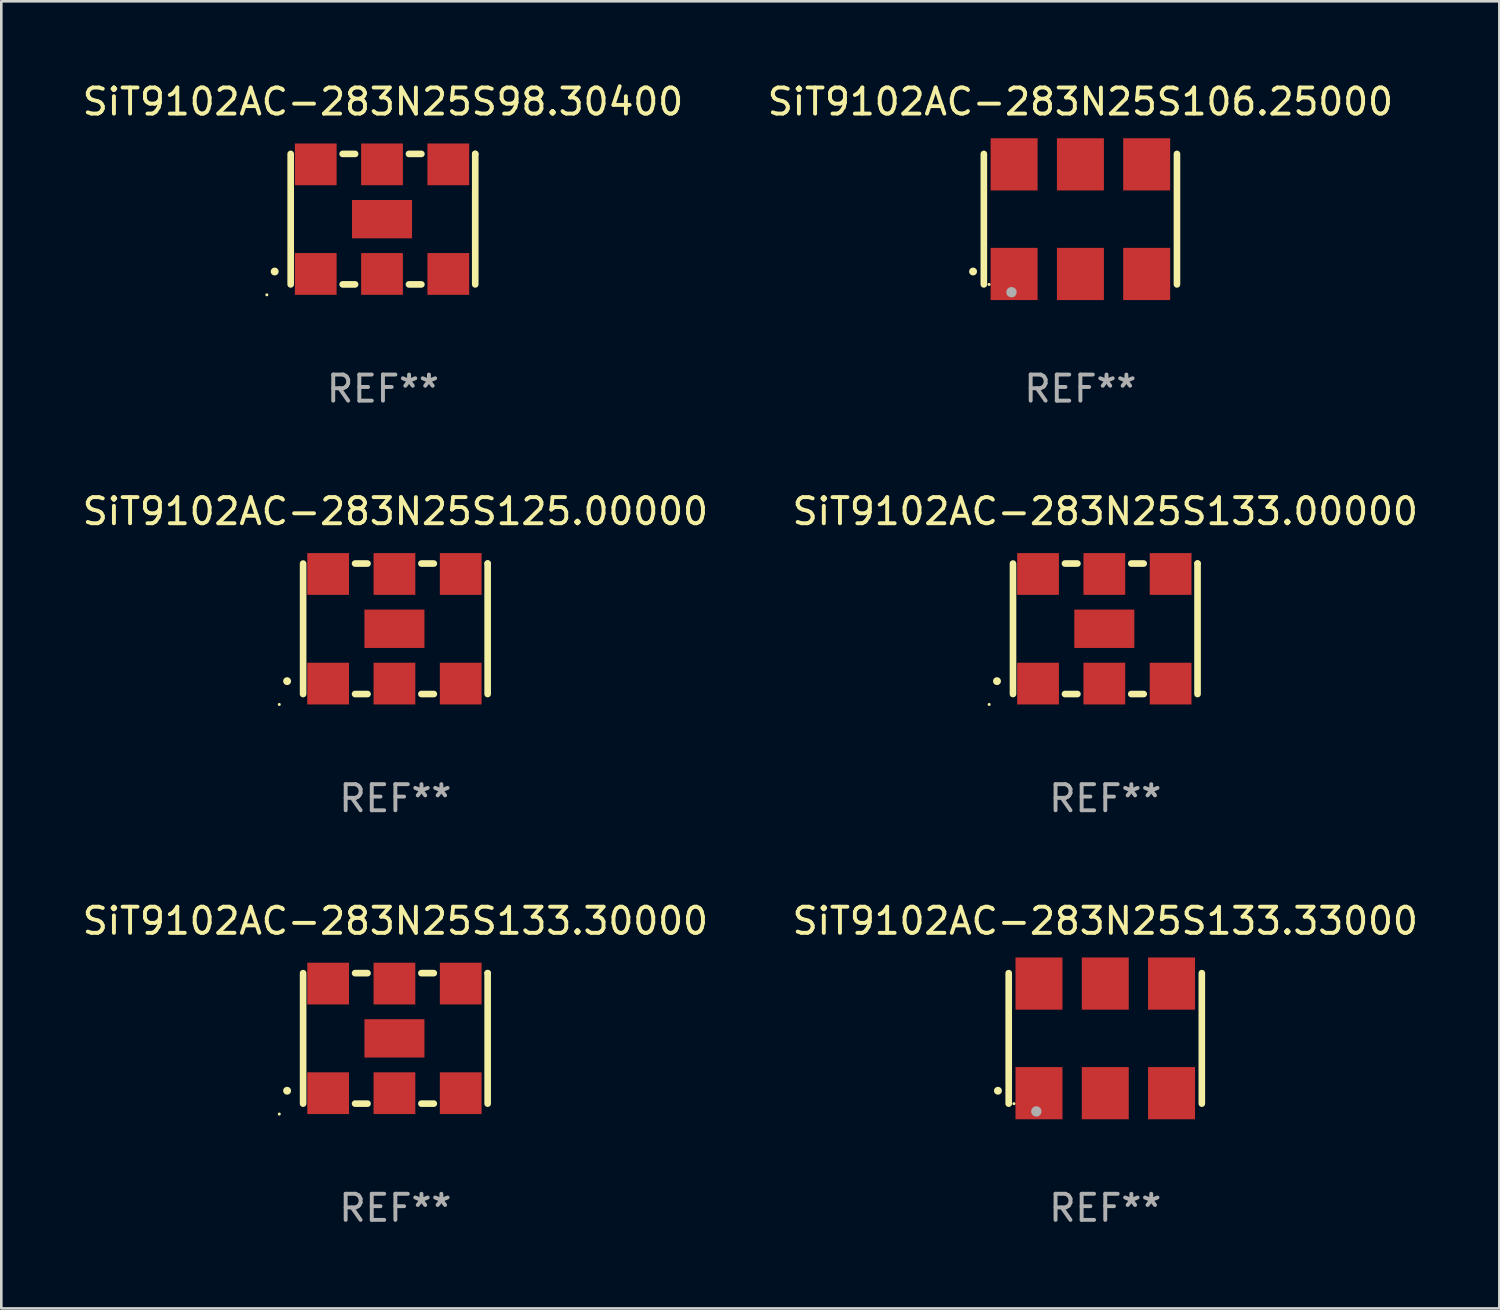
<source format=kicad_pcb>
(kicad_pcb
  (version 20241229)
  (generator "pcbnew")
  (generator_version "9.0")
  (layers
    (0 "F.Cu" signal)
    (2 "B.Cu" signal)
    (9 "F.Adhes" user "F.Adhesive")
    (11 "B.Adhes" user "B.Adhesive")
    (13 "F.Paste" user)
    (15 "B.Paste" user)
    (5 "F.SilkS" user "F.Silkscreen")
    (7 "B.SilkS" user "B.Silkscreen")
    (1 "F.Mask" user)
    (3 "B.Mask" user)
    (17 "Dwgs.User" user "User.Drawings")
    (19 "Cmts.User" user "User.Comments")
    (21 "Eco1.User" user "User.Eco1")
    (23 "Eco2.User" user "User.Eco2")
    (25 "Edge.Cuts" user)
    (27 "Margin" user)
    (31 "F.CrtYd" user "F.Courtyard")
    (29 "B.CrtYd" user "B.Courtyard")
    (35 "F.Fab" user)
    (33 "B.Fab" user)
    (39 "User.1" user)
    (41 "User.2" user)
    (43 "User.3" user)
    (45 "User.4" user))
  (footprint "SiT9102AC-283N25S125.00000"
    (layer "F.Cu")
    (at 12.101 21.045)
    (property "Reference" "SiT9102AC-283N25S125.00000" (at 0 -4.5 0) (layer "F.SilkS") (effects (font (size 1 1) (thickness 0.15))))
    (attr through_hole)
    (fp_line (start -3.536 -2.5) (end -3.536 2.5) (stroke (width 0.254) (type solid)) (layer "F.SilkS"))
    (fp_line (start -1.544 2.5) (end -1.067 2.5) (stroke (width 0.254) (type solid)) (layer "F.SilkS"))
    (fp_line (start -1.067 -2.5) (end -1.544 -2.5) (stroke (width 0.254) (type solid)) (layer "F.SilkS"))
    (fp_line (start 0.996 2.5) (end 1.473 2.5) (stroke (width 0.254) (type solid)) (layer "F.SilkS"))
    (fp_line (start 1.473 -2.5) (end 0.996 -2.5) (stroke (width 0.254) (type solid)) (layer "F.SilkS"))
    (fp_line (start 3.536 -2.5) (end 3.536 -2.5) (stroke (width 0.254) (type solid)) (layer "F.SilkS"))
    (fp_line (start 3.536 2.5) (end 3.536 -2.5) (stroke (width 0.254) (type solid)) (layer "F.SilkS"))
    (fp_arc (start -4.150432 2.006604) (mid -4.149162 2.006599) (end -4.147892 2.006604) (stroke (width 0.3) (type solid)) (layer "F.SilkS"))
    (fp_circle (center -4.449 2.9) (end -4.419 2.9) (stroke (width 0.06) (type solid)) (fill no) (layer "F.SilkS"))
    (fp_text user "REF**" (at 0 6.5 0) (layer "F.Fab") (effects (font (size 1 1) (thickness 0.15))))
    (pad "1" smd rect (at -2.576 2.1) (size 1.6 1.6) (layers "F.Cu" "F.Mask" "F.Paste"))
    (pad "2" smd rect (at -0.036 2.1) (size 1.6 1.6) (layers "F.Cu" "F.Mask" "F.Paste"))
    (pad "3" smd rect (at 2.504 2.1) (size 1.6 1.6) (layers "F.Cu" "F.Mask" "F.Paste"))
    (pad "4" smd rect (at 2.504 -2.1) (size 1.6 1.6) (layers "F.Cu" "F.Mask" "F.Paste"))
    (pad "5" smd rect (at -0.036 -2.1) (size 1.6 1.6) (layers "F.Cu" "F.Mask" "F.Paste"))
    (pad "6" smd rect (at -2.576 -2.1) (size 1.6 1.6) (layers "F.Cu" "F.Mask" "F.Paste"))
    (pad "7" smd rect (at -0.036 0) (size 2.3 1.47) (layers "F.Cu" "F.Mask" "F.Paste")))
  (footprint "SiT9102AC-283N25S133.33000"
    (layer "F.Cu")
    (at 39.304 36.741)
    (property "Reference" "SiT9102AC-283N25S133.33000" (at 0 -4.5 0) (layer "F.SilkS") (effects (font (size 1 1) (thickness 0.15))))
    (attr through_hole)
    (fp_line (start -3.7 -2.5) (end -3.7 2.5) (stroke (width 0.254) (type solid)) (layer "F.SilkS"))
    (fp_line (start 3.7 -2.5) (end 3.7 2.5) (stroke (width 0.254) (type solid)) (layer "F.SilkS"))
    (fp_arc (start -4.114415 2.006604) (mid -4.113145 2.006599) (end -4.111875 2.006604) (stroke (width 0.3) (type solid)) (layer "F.SilkS"))
    (fp_circle (center -3.5 2.501) (end -3.47 2.501) (stroke (width 0.06) (type solid)) (fill no) (layer "F.SilkS"))
    (fp_circle (center -2.641 2.799) (end -2.541 2.799) (stroke (width 0.2) (type solid)) (fill no) (layer "F.Fab"))
    (fp_text user "REF**" (at 0 6.5 0) (layer "F.Fab") (effects (font (size 1 1) (thickness 0.15))))
    (pad "1" smd rect (at -2.54 2.1) (size 1.8 2) (layers "F.Cu" "F.Mask" "F.Paste"))
    (pad "2" smd rect (at 0.000394 2.1) (size 1.8 2) (layers "F.Cu" "F.Mask" "F.Paste"))
    (pad "3" smd rect (at 2.54 2.1) (size 1.8 2) (layers "F.Cu" "F.Mask" "F.Paste"))
    (pad "4" smd rect (at 2.54 -2.1) (size 1.8 2) (layers "F.Cu" "F.Mask" "F.Paste"))
    (pad "5" smd rect (at 0.000394 -2.1) (size 1.8 2) (layers "F.Cu" "F.Mask" "F.Paste"))
    (pad "6" smd rect (at -2.54 -2.1) (size 1.8 2) (layers "F.Cu" "F.Mask" "F.Paste")))
  (footprint "SiT9102AC-283N25S98.30400"
    (layer "F.Cu")
    (at 11.625 5.348)
    (property "Reference" "SiT9102AC-283N25S98.30400" (at 0 -4.5 0) (layer "F.SilkS") (effects (font (size 1 1) (thickness 0.15))))
    (attr through_hole)
    (fp_line (start -3.536 -2.5) (end -3.536 2.5) (stroke (width 0.254) (type solid)) (layer "F.SilkS"))
    (fp_line (start -1.544 2.5) (end -1.067 2.5) (stroke (width 0.254) (type solid)) (layer "F.SilkS"))
    (fp_line (start -1.067 -2.5) (end -1.544 -2.5) (stroke (width 0.254) (type solid)) (layer "F.SilkS"))
    (fp_line (start 0.996 2.5) (end 1.473 2.5) (stroke (width 0.254) (type solid)) (layer "F.SilkS"))
    (fp_line (start 1.473 -2.5) (end 0.996 -2.5) (stroke (width 0.254) (type solid)) (layer "F.SilkS"))
    (fp_line (start 3.536 -2.5) (end 3.536 -2.5) (stroke (width 0.254) (type solid)) (layer "F.SilkS"))
    (fp_line (start 3.536 2.5) (end 3.536 -2.5) (stroke (width 0.254) (type solid)) (layer "F.SilkS"))
    (fp_arc (start -4.150432 2.006604) (mid -4.149162 2.006599) (end -4.147892 2.006604) (stroke (width 0.3) (type solid)) (layer "F.SilkS"))
    (fp_circle (center -4.449 2.9) (end -4.419 2.9) (stroke (width 0.06) (type solid)) (fill no) (layer "F.SilkS"))
    (fp_text user "REF**" (at 0 6.5 0) (layer "F.Fab") (effects (font (size 1 1) (thickness 0.15))))
    (pad "1" smd rect (at -2.576 2.1) (size 1.6 1.6) (layers "F.Cu" "F.Mask" "F.Paste"))
    (pad "2" smd rect (at -0.036 2.1) (size 1.6 1.6) (layers "F.Cu" "F.Mask" "F.Paste"))
    (pad "3" smd rect (at 2.504 2.1) (size 1.6 1.6) (layers "F.Cu" "F.Mask" "F.Paste"))
    (pad "4" smd rect (at 2.504 -2.1) (size 1.6 1.6) (layers "F.Cu" "F.Mask" "F.Paste"))
    (pad "5" smd rect (at -0.036 -2.1) (size 1.6 1.6) (layers "F.Cu" "F.Mask" "F.Paste"))
    (pad "6" smd rect (at -2.576 -2.1) (size 1.6 1.6) (layers "F.Cu" "F.Mask" "F.Paste"))
    (pad "7" smd rect (at -0.036 0) (size 2.3 1.47) (layers "F.Cu" "F.Mask" "F.Paste")))
  (footprint "SiT9102AC-283N25S106.25000"
    (layer "F.Cu")
    (at 38.351 5.348)
    (property "Reference" "SiT9102AC-283N25S106.25000" (at 0 -4.5 0) (layer "F.SilkS") (effects (font (size 1 1) (thickness 0.15))))
    (attr through_hole)
    (fp_line (start -3.7 -2.5) (end -3.7 2.5) (stroke (width 0.254) (type solid)) (layer "F.SilkS"))
    (fp_line (start 3.7 -2.5) (end 3.7 2.5) (stroke (width 0.254) (type solid)) (layer "F.SilkS"))
    (fp_arc (start -4.114415 2.006604) (mid -4.113145 2.006599) (end -4.111875 2.006604) (stroke (width 0.3) (type solid)) (layer "F.SilkS"))
    (fp_circle (center -3.5 2.501) (end -3.47 2.501) (stroke (width 0.06) (type solid)) (fill no) (layer "F.SilkS"))
    (fp_circle (center -2.641 2.799) (end -2.541 2.799) (stroke (width 0.2) (type solid)) (fill no) (layer "F.Fab"))
    (fp_text user "REF**" (at 0 6.5 0) (layer "F.Fab") (effects (font (size 1 1) (thickness 0.15))))
    (pad "1" smd rect (at -2.54 2.1) (size 1.8 2) (layers "F.Cu" "F.Mask" "F.Paste"))
    (pad "2" smd rect (at 0.000394 2.1) (size 1.8 2) (layers "F.Cu" "F.Mask" "F.Paste"))
    (pad "3" smd rect (at 2.54 2.1) (size 1.8 2) (layers "F.Cu" "F.Mask" "F.Paste"))
    (pad "4" smd rect (at 2.54 -2.1) (size 1.8 2) (layers "F.Cu" "F.Mask" "F.Paste"))
    (pad "5" smd rect (at 0.000394 -2.1) (size 1.8 2) (layers "F.Cu" "F.Mask" "F.Paste"))
    (pad "6" smd rect (at -2.54 -2.1) (size 1.8 2) (layers "F.Cu" "F.Mask" "F.Paste")))
  (footprint "SiT9102AC-283N25S133.30000"
    (layer "F.Cu")
    (at 12.101 36.741)
    (property "Reference" "SiT9102AC-283N25S133.30000" (at 0 -4.5 0) (layer "F.SilkS") (effects (font (size 1 1) (thickness 0.15))))
    (attr through_hole)
    (fp_line (start -3.536 -2.5) (end -3.536 2.5) (stroke (width 0.254) (type solid)) (layer "F.SilkS"))
    (fp_line (start -1.544 2.5) (end -1.067 2.5) (stroke (width 0.254) (type solid)) (layer "F.SilkS"))
    (fp_line (start -1.067 -2.5) (end -1.544 -2.5) (stroke (width 0.254) (type solid)) (layer "F.SilkS"))
    (fp_line (start 0.996 2.5) (end 1.473 2.5) (stroke (width 0.254) (type solid)) (layer "F.SilkS"))
    (fp_line (start 1.473 -2.5) (end 0.996 -2.5) (stroke (width 0.254) (type solid)) (layer "F.SilkS"))
    (fp_line (start 3.536 -2.5) (end 3.536 -2.5) (stroke (width 0.254) (type solid)) (layer "F.SilkS"))
    (fp_line (start 3.536 2.5) (end 3.536 -2.5) (stroke (width 0.254) (type solid)) (layer "F.SilkS"))
    (fp_arc (start -4.150432 2.006604) (mid -4.149162 2.006599) (end -4.147892 2.006604) (stroke (width 0.3) (type solid)) (layer "F.SilkS"))
    (fp_circle (center -4.449 2.9) (end -4.419 2.9) (stroke (width 0.06) (type solid)) (fill no) (layer "F.SilkS"))
    (fp_text user "REF**" (at 0 6.5 0) (layer "F.Fab") (effects (font (size 1 1) (thickness 0.15))))
    (pad "1" smd rect (at -2.576 2.1) (size 1.6 1.6) (layers "F.Cu" "F.Mask" "F.Paste"))
    (pad "2" smd rect (at -0.036 2.1) (size 1.6 1.6) (layers "F.Cu" "F.Mask" "F.Paste"))
    (pad "3" smd rect (at 2.504 2.1) (size 1.6 1.6) (layers "F.Cu" "F.Mask" "F.Paste"))
    (pad "4" smd rect (at 2.504 -2.1) (size 1.6 1.6) (layers "F.Cu" "F.Mask" "F.Paste"))
    (pad "5" smd rect (at -0.036 -2.1) (size 1.6 1.6) (layers "F.Cu" "F.Mask" "F.Paste"))
    (pad "6" smd rect (at -2.576 -2.1) (size 1.6 1.6) (layers "F.Cu" "F.Mask" "F.Paste"))
    (pad "7" smd rect (at -0.036 0) (size 2.3 1.47) (layers "F.Cu" "F.Mask" "F.Paste")))
  (footprint "SiT9102AC-283N25S133.00000"
    (layer "F.Cu")
    (at 39.304 21.045)
    (property "Reference" "SiT9102AC-283N25S133.00000" (at 0 -4.5 0) (layer "F.SilkS") (effects (font (size 1 1) (thickness 0.15))))
    (attr through_hole)
    (fp_line (start -3.536 -2.5) (end -3.536 2.5) (stroke (width 0.254) (type solid)) (layer "F.SilkS"))
    (fp_line (start -1.544 2.5) (end -1.067 2.5) (stroke (width 0.254) (type solid)) (layer "F.SilkS"))
    (fp_line (start -1.067 -2.5) (end -1.544 -2.5) (stroke (width 0.254) (type solid)) (layer "F.SilkS"))
    (fp_line (start 0.996 2.5) (end 1.473 2.5) (stroke (width 0.254) (type solid)) (layer "F.SilkS"))
    (fp_line (start 1.473 -2.5) (end 0.996 -2.5) (stroke (width 0.254) (type solid)) (layer "F.SilkS"))
    (fp_line (start 3.536 -2.5) (end 3.536 -2.5) (stroke (width 0.254) (type solid)) (layer "F.SilkS"))
    (fp_line (start 3.536 2.5) (end 3.536 -2.5) (stroke (width 0.254) (type solid)) (layer "F.SilkS"))
    (fp_arc (start -4.150432 2.006604) (mid -4.149162 2.006599) (end -4.147892 2.006604) (stroke (width 0.3) (type solid)) (layer "F.SilkS"))
    (fp_circle (center -4.449 2.9) (end -4.419 2.9) (stroke (width 0.06) (type solid)) (fill no) (layer "F.SilkS"))
    (fp_text user "REF**" (at 0 6.5 0) (layer "F.Fab") (effects (font (size 1 1) (thickness 0.15))))
    (pad "1" smd rect (at -2.576 2.1) (size 1.6 1.6) (layers "F.Cu" "F.Mask" "F.Paste"))
    (pad "2" smd rect (at -0.036 2.1) (size 1.6 1.6) (layers "F.Cu" "F.Mask" "F.Paste"))
    (pad "3" smd rect (at 2.504 2.1) (size 1.6 1.6) (layers "F.Cu" "F.Mask" "F.Paste"))
    (pad "4" smd rect (at 2.504 -2.1) (size 1.6 1.6) (layers "F.Cu" "F.Mask" "F.Paste"))
    (pad "5" smd rect (at -0.036 -2.1) (size 1.6 1.6) (layers "F.Cu" "F.Mask" "F.Paste"))
    (pad "6" smd rect (at -2.576 -2.1) (size 1.6 1.6) (layers "F.Cu" "F.Mask" "F.Paste"))
    (pad "7" smd rect (at -0.036 0) (size 2.3 1.47) (layers "F.Cu" "F.Mask" "F.Paste")))
  (gr_rect
    (start -3 -3)
    (end 54.405 47.09)
    (stroke (width 0.1) (type default))
    (fill no)
    (layer "Edge.Cuts")))
</source>
